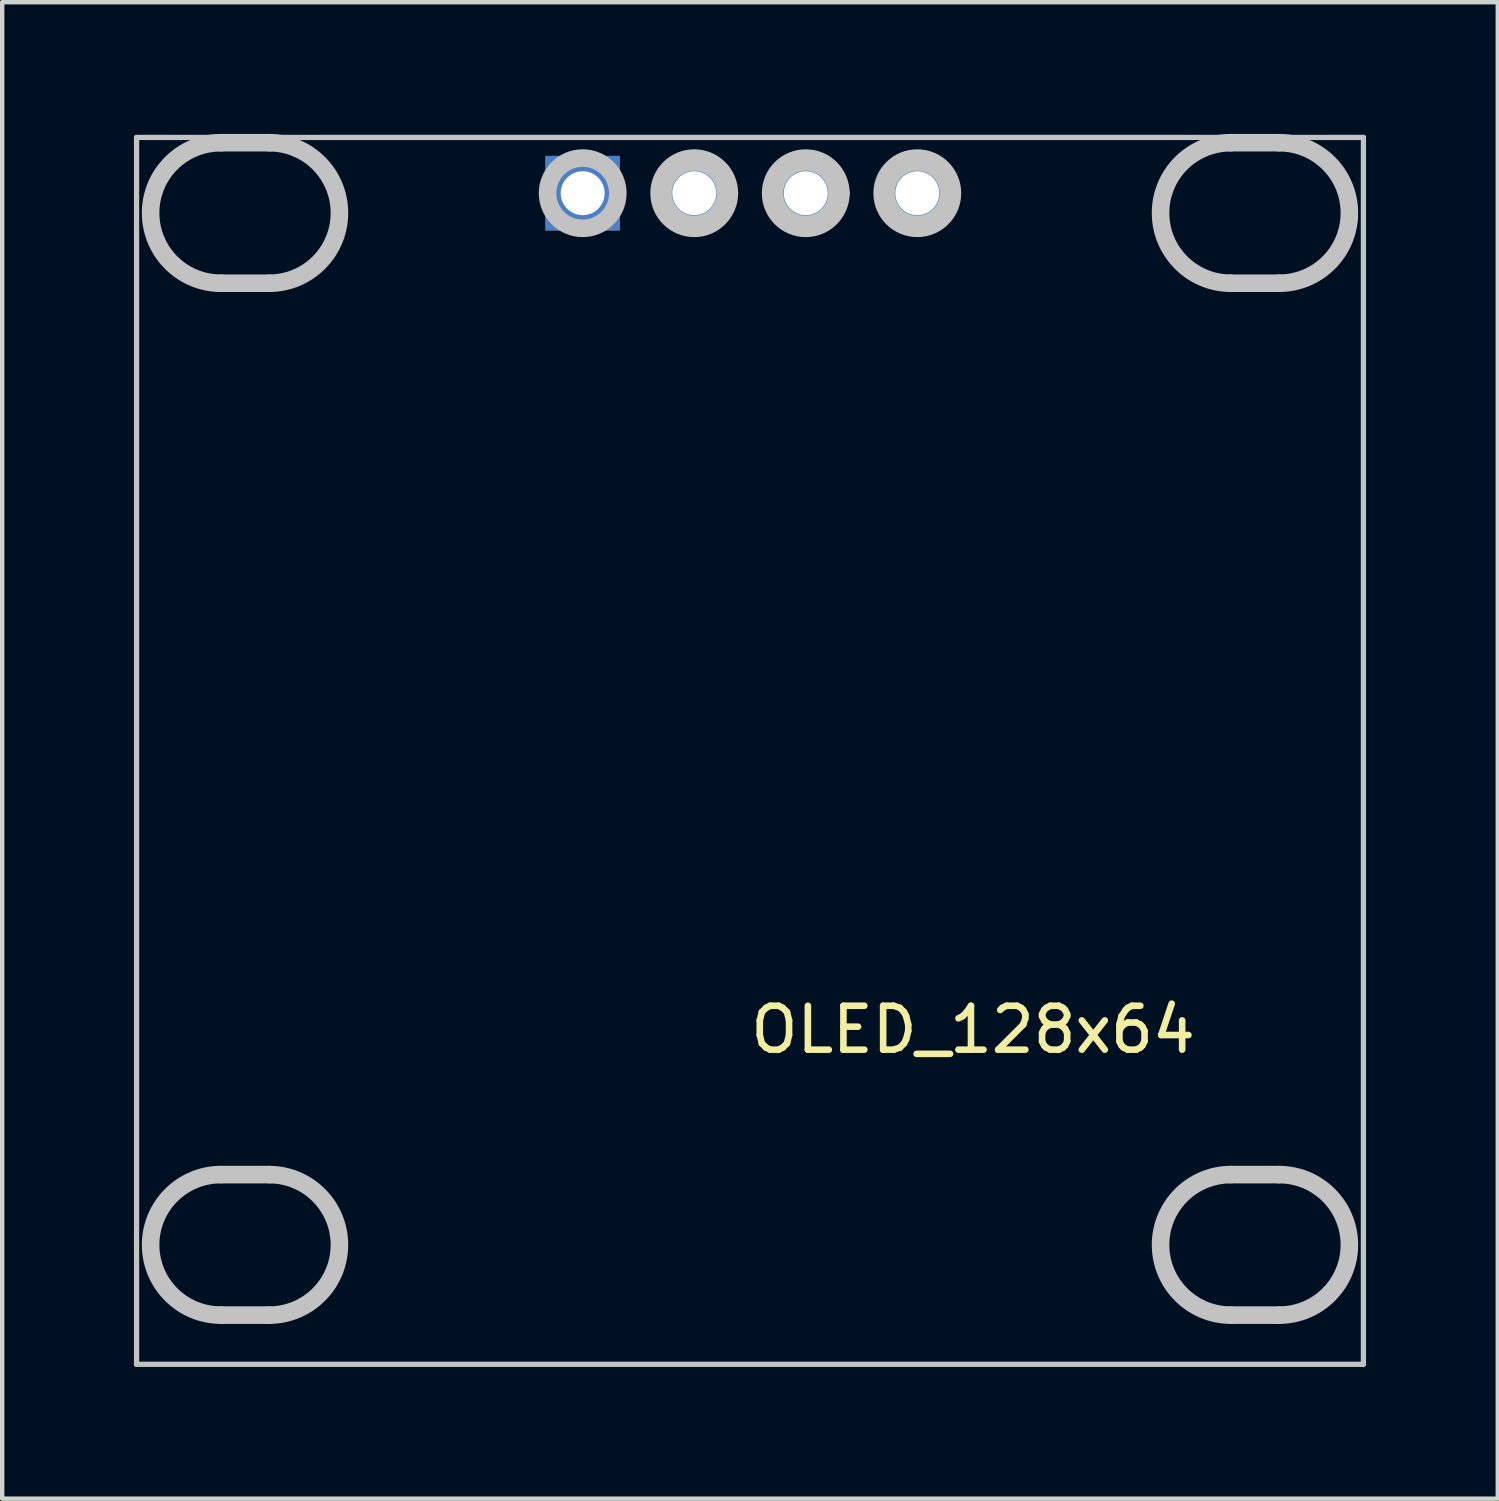
<source format=kicad_pcb>
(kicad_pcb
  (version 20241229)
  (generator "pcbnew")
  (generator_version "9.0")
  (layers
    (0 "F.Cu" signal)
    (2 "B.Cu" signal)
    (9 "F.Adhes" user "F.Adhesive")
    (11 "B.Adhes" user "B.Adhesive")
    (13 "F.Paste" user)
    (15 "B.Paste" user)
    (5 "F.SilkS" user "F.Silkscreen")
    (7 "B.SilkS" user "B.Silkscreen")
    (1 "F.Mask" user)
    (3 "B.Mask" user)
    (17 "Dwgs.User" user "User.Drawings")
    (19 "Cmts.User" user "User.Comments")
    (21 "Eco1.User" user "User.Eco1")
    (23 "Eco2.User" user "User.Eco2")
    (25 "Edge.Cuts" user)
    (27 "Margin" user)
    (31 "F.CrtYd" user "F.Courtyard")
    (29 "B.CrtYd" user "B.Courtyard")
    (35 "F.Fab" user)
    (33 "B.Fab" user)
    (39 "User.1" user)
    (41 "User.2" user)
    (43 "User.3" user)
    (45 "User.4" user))
  (footprint "OLED_128x64"
    (layer "F.Cu")
    (at 14.03 1.35)
    (property "Reference" "OLED_128x64" (at 5.08 19.05 0) (layer "F.SilkS") (effects (font (size 1 1) (thickness 0.15))))
    (attr through_hole exclude_from_pos_files)
    (fp_line (start -13.97 -1.27) (end -13.97 26.67) (stroke (width 0.12) (type solid)) (layer "Dwgs.User"))
    (fp_line (start -13.97 26.67) (end 13.97 26.67) (stroke (width 0.12) (type solid)) (layer "Dwgs.User"))
    (fp_line (start -12.05 2.05) (end -10.95 2.05) (stroke (width 0.4) (type default)) (layer "Dwgs.User"))
    (fp_line (start -12.05 25.55) (end -10.95 25.55) (stroke (width 0.4) (type default)) (layer "Dwgs.User"))
    (fp_line (start -10.95 -1.15) (end -12.05 -1.15) (stroke (width 0.4) (type default)) (layer "Dwgs.User"))
    (fp_line (start -10.95 22.35) (end -12.05 22.35) (stroke (width 0.4) (type default)) (layer "Dwgs.User"))
    (fp_line (start -0.47 0) (end -0.557 0) (stroke (width 0.4) (type default)) (layer "Dwgs.User"))
    (fp_line (start 2.07 0) (end 1.983 0) (stroke (width 0.4) (type default)) (layer "Dwgs.User"))
    (fp_line (start 10.95 2.05) (end 12.05 2.05) (stroke (width 0.4) (type default)) (layer "Dwgs.User"))
    (fp_line (start 10.95 25.55) (end 12.05 25.55) (stroke (width 0.4) (type default)) (layer "Dwgs.User"))
    (fp_line (start 12.05 -1.15) (end 10.95 -1.15) (stroke (width 0.4) (type default)) (layer "Dwgs.User"))
    (fp_line (start 12.05 22.35) (end 10.95 22.35) (stroke (width 0.4) (type default)) (layer "Dwgs.User"))
    (fp_line (start 13.97 -1.27) (end -13.97 -1.27) (stroke (width 0.12) (type solid)) (layer "Dwgs.User"))
    (fp_line (start 13.97 26.67) (end 13.97 -1.27) (stroke (width 0.12) (type solid)) (layer "Dwgs.User"))
    (fp_arc (start -12.05 2.05) (mid -13.65 0.45) (end -12.05 -1.15) (stroke (width 0.4) (type default)) (layer "Dwgs.User"))
    (fp_arc (start -12.05 25.55) (mid -13.65 23.95) (end -12.05 22.35) (stroke (width 0.4) (type default)) (layer "Dwgs.User"))
    (fp_arc (start -10.95 -1.15) (mid -9.35 0.45) (end -10.95 2.05) (stroke (width 0.4) (type default)) (layer "Dwgs.User"))
    (fp_arc (start -10.95 22.35) (mid -9.35 23.95) (end -10.95 25.55) (stroke (width 0.4) (type default)) (layer "Dwgs.User"))
    (fp_arc (start 10.95 2.05) (mid 9.35 0.45) (end 10.95 -1.15) (stroke (width 0.4) (type default)) (layer "Dwgs.User"))
    (fp_arc (start 10.95 25.55) (mid 9.35 23.95) (end 10.95 22.35) (stroke (width 0.4) (type default)) (layer "Dwgs.User"))
    (fp_arc (start 12.05 -1.15) (mid 13.65 0.45) (end 12.05 2.05) (stroke (width 0.4) (type default)) (layer "Dwgs.User"))
    (fp_arc (start 12.05 22.35) (mid 13.65 23.95) (end 12.05 25.55) (stroke (width 0.4) (type default)) (layer "Dwgs.User"))
    (fp_circle (center -3.81 0) (end -3.01 0) (stroke (width 0.4) (type default)) (fill no) (layer "Dwgs.User"))
    (fp_circle (center -1.27 0) (end -0.557 0) (stroke (width 0.4) (type default)) (fill no) (layer "Dwgs.User"))
    (fp_circle (center -1.27 0) (end -0.47 0) (stroke (width 0.4) (type default)) (fill no) (layer "Dwgs.User"))
    (fp_circle (center 1.27 0) (end 1.983 0) (stroke (width 0.4) (type default)) (fill no) (layer "Dwgs.User"))
    (fp_circle (center 1.27 0) (end 2.07 0) (stroke (width 0.4) (type default)) (fill no) (layer "Dwgs.User"))
    (fp_circle (center 3.81 0) (end 4.523 0) (stroke (width 0.4) (type default)) (fill no) (layer "Dwgs.User"))
    (fp_circle (center 3.81 0) (end 4.61 0) (stroke (width 0.4) (type default)) (fill no) (layer "Dwgs.User"))
    (pad "1" thru_hole rect (at -3.81 0 90) (size 1.7 1.7) (drill 1) (layers "*.Cu" "*.Mask"))
    (pad "2" thru_hole oval (at -1.27 0 90) (size 1.7 1.7) (drill 1) (layers "*.Cu" "*.Mask"))
    (pad "3" thru_hole oval (at 1.27 0 90) (size 1.7 1.7) (drill 1) (layers "*.Cu" "*.Mask"))
    (pad "4" thru_hole oval (at 3.81 0 90) (size 1.7 1.7) (drill 1) (layers "*.Cu" "*.Mask")))
  (gr_rect
    (start -3 -3)
    (end 31.06 31.08)
    (stroke (width 0.1) (type default))
    (fill no)
    (layer "Edge.Cuts")))
</source>
